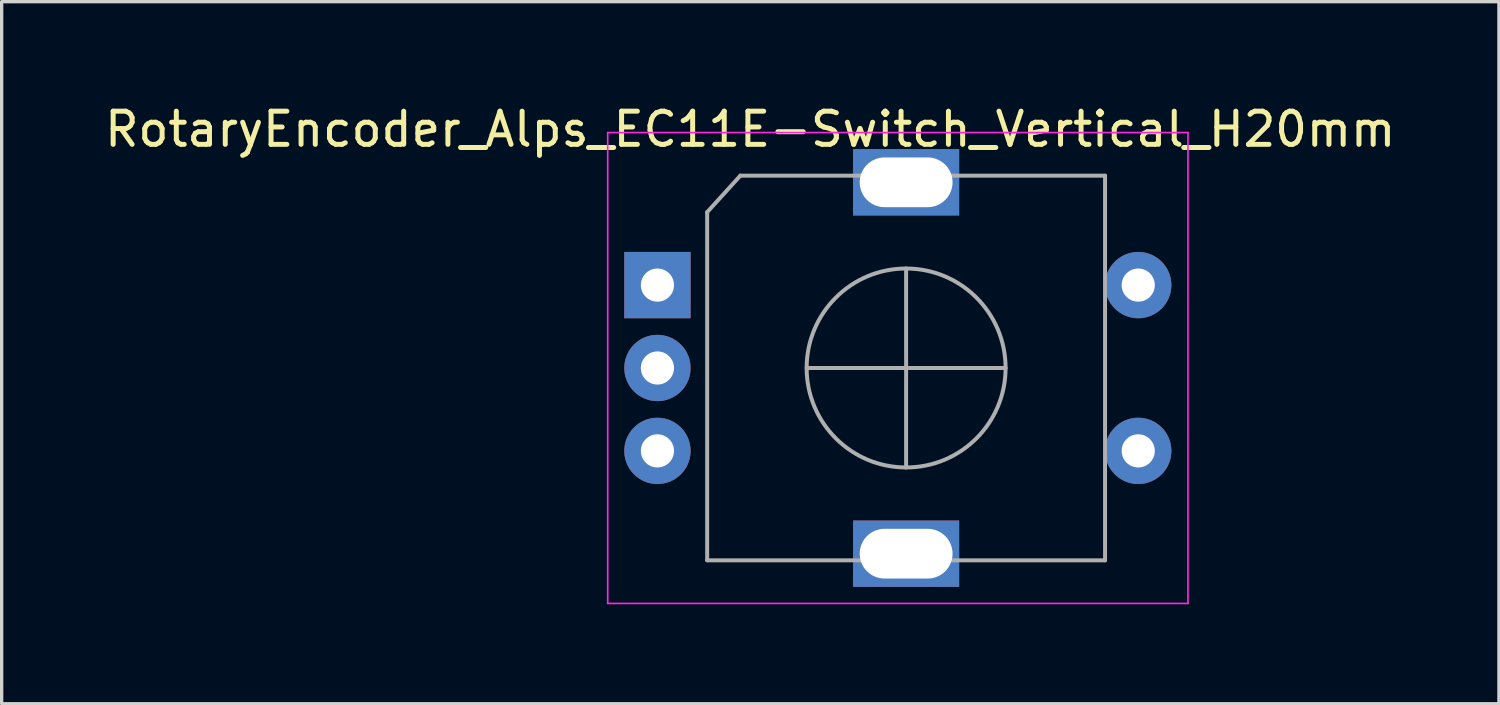
<source format=kicad_pcb>
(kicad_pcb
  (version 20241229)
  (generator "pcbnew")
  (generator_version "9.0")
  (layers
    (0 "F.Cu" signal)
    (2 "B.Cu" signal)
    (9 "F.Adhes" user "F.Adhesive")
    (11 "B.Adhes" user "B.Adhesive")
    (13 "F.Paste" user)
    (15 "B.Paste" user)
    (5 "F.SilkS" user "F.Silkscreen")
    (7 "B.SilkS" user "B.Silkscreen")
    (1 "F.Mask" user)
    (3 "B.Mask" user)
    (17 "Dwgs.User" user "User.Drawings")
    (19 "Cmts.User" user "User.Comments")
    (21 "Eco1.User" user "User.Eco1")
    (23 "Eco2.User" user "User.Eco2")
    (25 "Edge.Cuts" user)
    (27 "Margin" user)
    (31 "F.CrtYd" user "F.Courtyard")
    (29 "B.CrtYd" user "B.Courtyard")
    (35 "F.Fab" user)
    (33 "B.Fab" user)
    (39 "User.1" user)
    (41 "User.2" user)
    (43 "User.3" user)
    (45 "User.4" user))
  (footprint "RotaryEncoder_Alps_EC11E-Switch_Vertical_H20mm"
    (layer "F.Cu")
    (at 16.777 5.548)
    (property "Reference" "RotaryEncoder_Alps_EC11E-Switch_Vertical_H20mm" (at 2.8 -4.7 0) (layer "F.SilkS") (effects (font (size 1 1) (thickness 0.15))))
    (attr through_hole)
    (fp_line (start -1.5 -4.6) (end -1.5 9.6) (stroke (width 0.05) (type solid)) (layer "F.CrtYd"))
    (fp_line (start -1.5 -4.6) (end 16 -4.6) (stroke (width 0.05) (type solid)) (layer "F.CrtYd"))
    (fp_line (start 16 9.6) (end -1.5 9.6) (stroke (width 0.05) (type solid)) (layer "F.CrtYd"))
    (fp_line (start 16 9.6) (end 16 -4.6) (stroke (width 0.05) (type solid)) (layer "F.CrtYd"))
    (fp_line (start 1.5 -2.2) (end 2.5 -3.3) (stroke (width 0.12) (type solid)) (layer "F.Fab"))
    (fp_line (start 1.5 8.3) (end 1.5 -2.2) (stroke (width 0.12) (type solid)) (layer "F.Fab"))
    (fp_line (start 2.5 -3.3) (end 13.5 -3.3) (stroke (width 0.12) (type solid)) (layer "F.Fab"))
    (fp_line (start 4.5 2.5) (end 10.5 2.5) (stroke (width 0.12) (type solid)) (layer "F.Fab"))
    (fp_line (start 7.5 -0.5) (end 7.5 5.5) (stroke (width 0.12) (type solid)) (layer "F.Fab"))
    (fp_line (start 13.5 -3.3) (end 13.5 8.3) (stroke (width 0.12) (type solid)) (layer "F.Fab"))
    (fp_line (start 13.5 8.3) (end 1.5 8.3) (stroke (width 0.12) (type solid)) (layer "F.Fab"))
    (fp_circle (center 7.5 2.5) (end 10.5 2.5) (stroke (width 0.12) (type solid)) (fill no) (layer "F.Fab"))
    (pad "A" thru_hole rect (at 0 0) (size 2 2) (drill 1) (layers "*.Cu" "*.Mask"))
    (pad "B" thru_hole circle (at 0 5) (size 2 2) (drill 1) (layers "*.Cu" "*.Mask"))
    (pad "C" thru_hole circle (at 0 2.5) (size 2 2) (drill 1) (layers "*.Cu" "*.Mask"))
    (pad "MP" thru_hole rect (at 7.5 -3.1) (size 3.2 2) (drill oval 2.8 1.5) (layers "*.Cu" "*.Mask"))
    (pad "MP" thru_hole rect (at 7.5 8.1) (size 3.2 2) (drill oval 2.8 1.5) (layers "*.Cu" "*.Mask"))
    (pad "S1" thru_hole circle (at 14.5 5) (size 2 2) (drill 1) (layers "*.Cu" "*.Mask"))
    (pad "S2" thru_hole circle (at 14.5 0) (size 2 2) (drill 1) (layers "*.Cu" "*.Mask")))
  (gr_rect
    (start -3 -3)
    (end 42.155 18.173)
    (stroke (width 0.1) (type default))
    (fill no)
    (layer "Edge.Cuts")))
</source>
